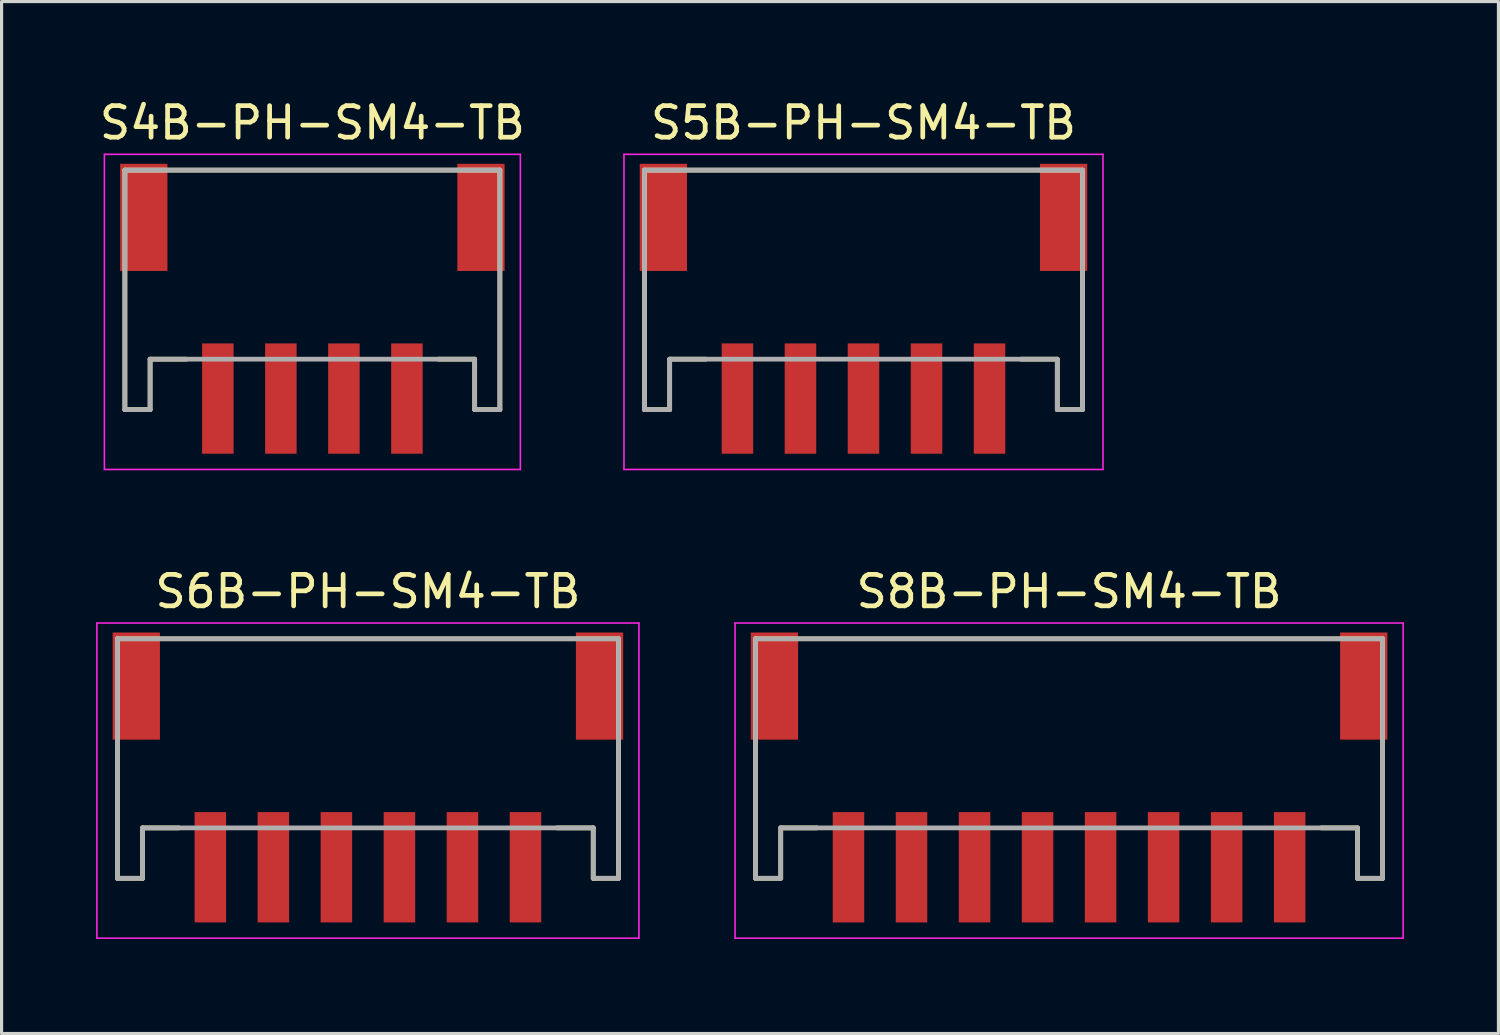
<source format=kicad_pcb>
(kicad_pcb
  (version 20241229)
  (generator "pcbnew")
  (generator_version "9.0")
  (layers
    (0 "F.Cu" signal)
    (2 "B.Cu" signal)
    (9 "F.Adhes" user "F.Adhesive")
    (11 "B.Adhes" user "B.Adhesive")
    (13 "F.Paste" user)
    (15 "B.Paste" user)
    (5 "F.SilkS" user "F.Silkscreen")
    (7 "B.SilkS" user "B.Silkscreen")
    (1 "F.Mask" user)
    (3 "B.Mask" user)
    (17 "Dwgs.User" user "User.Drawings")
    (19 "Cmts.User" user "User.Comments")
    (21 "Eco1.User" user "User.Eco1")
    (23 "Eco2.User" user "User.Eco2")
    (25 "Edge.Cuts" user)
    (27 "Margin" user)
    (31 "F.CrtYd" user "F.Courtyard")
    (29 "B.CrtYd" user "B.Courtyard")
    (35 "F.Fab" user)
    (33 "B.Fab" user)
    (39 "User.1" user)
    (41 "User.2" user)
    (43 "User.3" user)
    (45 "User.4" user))
  (footprint "S4B-PH-SM4-TB"
    (layer "F.Cu")
    (at 6.863 7.848)
    (property "Reference" "S4B-PH-SM4-TB" (at 0 -7 0) (layer "F.SilkS") (effects (font (size 1 1) (thickness 0.15))))
    (attr smd)
    (fp_line (start -5.95 -5.5) (end -5.95 2.1) (stroke (width 0.15) (type solid)) (layer "F.SilkS"))
    (fp_line (start -5.95 -5.5) (end 5.95 -5.5) (stroke (width 0.15) (type solid)) (layer "F.SilkS"))
    (fp_line (start -5.95 2.1) (end -5.15 2.1) (stroke (width 0.15) (type solid)) (layer "F.SilkS"))
    (fp_line (start -5.15 0.5) (end -5.15 2.1) (stroke (width 0.15) (type solid)) (layer "F.SilkS"))
    (fp_line (start -5.15 0.5) (end -4 0.5) (stroke (width 0.15) (type solid)) (layer "F.SilkS"))
    (fp_line (start 4 0.5) (end 5.15 0.5) (stroke (width 0.15) (type solid)) (layer "F.SilkS"))
    (fp_line (start 5.15 0.5) (end 5.15 2.1) (stroke (width 0.15) (type solid)) (layer "F.SilkS"))
    (fp_line (start 5.15 2.1) (end 5.95 2.1) (stroke (width 0.15) (type solid)) (layer "F.SilkS"))
    (fp_line (start 5.95 -5.5) (end 5.95 2.1) (stroke (width 0.15) (type solid)) (layer "F.SilkS"))
    (fp_line (start -6.6 -6) (end -6.6 4) (stroke (width 0.05) (type solid)) (layer "F.CrtYd"))
    (fp_line (start -6.6 -6) (end 6.6 -6) (stroke (width 0.05) (type solid)) (layer "F.CrtYd"))
    (fp_line (start -6.6 4) (end 6.6 4) (stroke (width 0.05) (type solid)) (layer "F.CrtYd"))
    (fp_line (start 6.6 -6) (end 6.6 4) (stroke (width 0.05) (type solid)) (layer "F.CrtYd"))
    (fp_line (start -5.95 -5.5) (end -5.95 2.1) (stroke (width 0.15) (type solid)) (layer "F.Fab"))
    (fp_line (start -5.95 -5.5) (end 5.95 -5.5) (stroke (width 0.15) (type solid)) (layer "F.Fab"))
    (fp_line (start -5.95 2.1) (end -5.15 2.1) (stroke (width 0.15) (type solid)) (layer "F.Fab"))
    (fp_line (start -5.15 0.5) (end -5.15 2.1) (stroke (width 0.15) (type solid)) (layer "F.Fab"))
    (fp_line (start -5.15 0.5) (end 5.15 0.5) (stroke (width 0.15) (type solid)) (layer "F.Fab"))
    (fp_line (start 5.15 0.5) (end 5.15 2.1) (stroke (width 0.15) (type solid)) (layer "F.Fab"))
    (fp_line (start 5.15 2.1) (end 5.95 2.1) (stroke (width 0.15) (type solid)) (layer "F.Fab"))
    (fp_line (start 5.95 -5.5) (end 5.95 2.1) (stroke (width 0.15) (type solid)) (layer "F.Fab"))
    (pad "1" smd rect (at 3 1.75 180) (size 1 3.5) (layers "F.Cu" "F.Mask" "F.Paste"))
    (pad "2" smd rect (at 1 1.75 180) (size 1 3.5) (layers "F.Cu" "F.Mask" "F.Paste"))
    (pad "3" smd rect (at -1 1.75 180) (size 1 3.5) (layers "F.Cu" "F.Mask" "F.Paste"))
    (pad "4" smd rect (at -3 1.75 180) (size 1 3.5) (layers "F.Cu" "F.Mask" "F.Paste"))
    (pad "S" smd rect (at -5.35 -4 180) (size 1.5 3.4) (layers "F.Cu" "F.Mask" "F.Paste"))
    (pad "S" smd rect (at 5.35 -4 180) (size 1.5 3.4) (layers "F.Cu" "F.Mask" "F.Paste")))
  (footprint "S5B-PH-SM4-TB"
    (layer "F.Cu")
    (at 24.351 7.848)
    (property "Reference" "S5B-PH-SM4-TB" (at 0 -7 0) (layer "F.SilkS") (effects (font (size 1 1) (thickness 0.15))))
    (attr smd)
    (fp_line (start -6.95 -5.5) (end -6.95 2.1) (stroke (width 0.15) (type solid)) (layer "F.SilkS"))
    (fp_line (start -6.95 -5.5) (end 6.95 -5.5) (stroke (width 0.15) (type solid)) (layer "F.SilkS"))
    (fp_line (start -6.95 2.1) (end -6.15 2.1) (stroke (width 0.15) (type solid)) (layer "F.SilkS"))
    (fp_line (start -6.15 0.5) (end -6.15 2.1) (stroke (width 0.15) (type solid)) (layer "F.SilkS"))
    (fp_line (start -6.15 0.5) (end -5 0.5) (stroke (width 0.15) (type solid)) (layer "F.SilkS"))
    (fp_line (start 5 0.5) (end 6.15 0.5) (stroke (width 0.15) (type solid)) (layer "F.SilkS"))
    (fp_line (start 6.15 0.5) (end 6.15 2.1) (stroke (width 0.15) (type solid)) (layer "F.SilkS"))
    (fp_line (start 6.15 2.1) (end 6.95 2.1) (stroke (width 0.15) (type solid)) (layer "F.SilkS"))
    (fp_line (start 6.95 -5.5) (end 6.95 2.1) (stroke (width 0.15) (type solid)) (layer "F.SilkS"))
    (fp_line (start -7.6 -6) (end -7.6 4) (stroke (width 0.05) (type solid)) (layer "F.CrtYd"))
    (fp_line (start -7.6 -6) (end 7.6 -6) (stroke (width 0.05) (type solid)) (layer "F.CrtYd"))
    (fp_line (start -7.6 4) (end 7.6 4) (stroke (width 0.05) (type solid)) (layer "F.CrtYd"))
    (fp_line (start 7.6 -6) (end 7.6 4) (stroke (width 0.05) (type solid)) (layer "F.CrtYd"))
    (fp_line (start -6.95 -5.5) (end -6.95 2.1) (stroke (width 0.15) (type solid)) (layer "F.Fab"))
    (fp_line (start -6.95 -5.5) (end 6.95 -5.5) (stroke (width 0.15) (type solid)) (layer "F.Fab"))
    (fp_line (start -6.95 2.1) (end -6.15 2.1) (stroke (width 0.15) (type solid)) (layer "F.Fab"))
    (fp_line (start -6.15 0.5) (end -6.15 2.1) (stroke (width 0.15) (type solid)) (layer "F.Fab"))
    (fp_line (start -6.15 0.5) (end 6.15 0.5) (stroke (width 0.15) (type solid)) (layer "F.Fab"))
    (fp_line (start 6.15 0.5) (end 6.15 2.1) (stroke (width 0.15) (type solid)) (layer "F.Fab"))
    (fp_line (start 6.15 2.1) (end 6.95 2.1) (stroke (width 0.15) (type solid)) (layer "F.Fab"))
    (fp_line (start 6.95 -5.5) (end 6.95 2.1) (stroke (width 0.15) (type solid)) (layer "F.Fab"))
    (pad "1" smd rect (at 4 1.75 180) (size 1 3.5) (layers "F.Cu" "F.Mask" "F.Paste"))
    (pad "2" smd rect (at 2 1.75 180) (size 1 3.5) (layers "F.Cu" "F.Mask" "F.Paste"))
    (pad "3" smd rect (at 0 1.75 180) (size 1 3.5) (layers "F.Cu" "F.Mask" "F.Paste"))
    (pad "4" smd rect (at -2 1.75 180) (size 1 3.5) (layers "F.Cu" "F.Mask" "F.Paste"))
    (pad "5" smd rect (at -4 1.75 180) (size 1 3.5) (layers "F.Cu" "F.Mask" "F.Paste"))
    (pad "S" smd rect (at -6.35 -4 180) (size 1.5 3.4) (layers "F.Cu" "F.Mask" "F.Paste"))
    (pad "S" smd rect (at 6.35 -4 180) (size 1.5 3.4) (layers "F.Cu" "F.Mask" "F.Paste")))
  (footprint "S8B-PH-SM4-TB"
    (layer "F.Cu")
    (at 30.875 22.721)
    (property "Reference" "S8B-PH-SM4-TB" (at 0 -7 0) (layer "F.SilkS") (effects (font (size 1 1) (thickness 0.15))))
    (attr smd)
    (fp_line (start -9.95 -5.5) (end -9.95 2.1) (stroke (width 0.15) (type solid)) (layer "F.SilkS"))
    (fp_line (start -9.95 -5.5) (end 9.95 -5.5) (stroke (width 0.15) (type solid)) (layer "F.SilkS"))
    (fp_line (start -9.95 2.1) (end -9.15 2.1) (stroke (width 0.15) (type solid)) (layer "F.SilkS"))
    (fp_line (start -9.15 0.5) (end -9.15 2.1) (stroke (width 0.15) (type solid)) (layer "F.SilkS"))
    (fp_line (start -9.15 0.5) (end -8 0.5) (stroke (width 0.15) (type solid)) (layer "F.SilkS"))
    (fp_line (start 8 0.5) (end 9.15 0.5) (stroke (width 0.15) (type solid)) (layer "F.SilkS"))
    (fp_line (start 9.15 0.5) (end 9.15 2.1) (stroke (width 0.15) (type solid)) (layer "F.SilkS"))
    (fp_line (start 9.15 2.1) (end 9.95 2.1) (stroke (width 0.15) (type solid)) (layer "F.SilkS"))
    (fp_line (start 9.95 -5.5) (end 9.95 2.1) (stroke (width 0.15) (type solid)) (layer "F.SilkS"))
    (fp_line (start -10.6 -6) (end -10.6 4) (stroke (width 0.05) (type solid)) (layer "F.CrtYd"))
    (fp_line (start -10.6 -6) (end 10.6 -6) (stroke (width 0.05) (type solid)) (layer "F.CrtYd"))
    (fp_line (start -10.6 4) (end 10.6 4) (stroke (width 0.05) (type solid)) (layer "F.CrtYd"))
    (fp_line (start 10.6 -6) (end 10.6 4) (stroke (width 0.05) (type solid)) (layer "F.CrtYd"))
    (fp_line (start -9.95 -5.5) (end -9.95 2.1) (stroke (width 0.15) (type solid)) (layer "F.Fab"))
    (fp_line (start -9.95 -5.5) (end 9.95 -5.5) (stroke (width 0.15) (type solid)) (layer "F.Fab"))
    (fp_line (start -9.95 2.1) (end -9.15 2.1) (stroke (width 0.15) (type solid)) (layer "F.Fab"))
    (fp_line (start -9.15 0.5) (end -9.15 2.1) (stroke (width 0.15) (type solid)) (layer "F.Fab"))
    (fp_line (start -9.15 0.5) (end 9.15 0.5) (stroke (width 0.15) (type solid)) (layer "F.Fab"))
    (fp_line (start 9.15 0.5) (end 9.15 2.1) (stroke (width 0.15) (type solid)) (layer "F.Fab"))
    (fp_line (start 9.15 2.1) (end 9.95 2.1) (stroke (width 0.15) (type solid)) (layer "F.Fab"))
    (fp_line (start 9.95 -5.5) (end 9.95 2.1) (stroke (width 0.15) (type solid)) (layer "F.Fab"))
    (pad "1" smd rect (at 7 1.75 180) (size 1 3.5) (layers "F.Cu" "F.Mask" "F.Paste"))
    (pad "2" smd rect (at 5 1.75 180) (size 1 3.5) (layers "F.Cu" "F.Mask" "F.Paste"))
    (pad "3" smd rect (at 3 1.75 180) (size 1 3.5) (layers "F.Cu" "F.Mask" "F.Paste"))
    (pad "4" smd rect (at 1 1.75 180) (size 1 3.5) (layers "F.Cu" "F.Mask" "F.Paste"))
    (pad "5" smd rect (at -1 1.75 180) (size 1 3.5) (layers "F.Cu" "F.Mask" "F.Paste"))
    (pad "6" smd rect (at -3 1.75 180) (size 1 3.5) (layers "F.Cu" "F.Mask" "F.Paste"))
    (pad "7" smd rect (at -5 1.75 180) (size 1 3.5) (layers "F.Cu" "F.Mask" "F.Paste"))
    (pad "8" smd rect (at -7 1.75 180) (size 1 3.5) (layers "F.Cu" "F.Mask" "F.Paste"))
    (pad "S" smd rect (at -9.35 -4 180) (size 1.5 3.4) (layers "F.Cu" "F.Mask" "F.Paste"))
    (pad "S" smd rect (at 9.35 -4 180) (size 1.5 3.4) (layers "F.Cu" "F.Mask" "F.Paste")))
  (footprint "S6B-PH-SM4-TB"
    (layer "F.Cu")
    (at 8.625 22.721)
    (property "Reference" "S6B-PH-SM4-TB" (at 0 -7 0) (layer "F.SilkS") (effects (font (size 1 1) (thickness 0.15))))
    (attr smd)
    (fp_line (start -7.95 -5.5) (end -7.95 2.1) (stroke (width 0.15) (type solid)) (layer "F.SilkS"))
    (fp_line (start -7.95 -5.5) (end 7.95 -5.5) (stroke (width 0.15) (type solid)) (layer "F.SilkS"))
    (fp_line (start -7.95 2.1) (end -7.15 2.1) (stroke (width 0.15) (type solid)) (layer "F.SilkS"))
    (fp_line (start -7.15 0.5) (end -7.15 2.1) (stroke (width 0.15) (type solid)) (layer "F.SilkS"))
    (fp_line (start -7.15 0.5) (end -6 0.5) (stroke (width 0.15) (type solid)) (layer "F.SilkS"))
    (fp_line (start 6 0.5) (end 7.15 0.5) (stroke (width 0.15) (type solid)) (layer "F.SilkS"))
    (fp_line (start 7.15 0.5) (end 7.15 2.1) (stroke (width 0.15) (type solid)) (layer "F.SilkS"))
    (fp_line (start 7.15 2.1) (end 7.95 2.1) (stroke (width 0.15) (type solid)) (layer "F.SilkS"))
    (fp_line (start 7.95 -5.5) (end 7.95 2.1) (stroke (width 0.15) (type solid)) (layer "F.SilkS"))
    (fp_line (start -8.6 -6) (end -8.6 4) (stroke (width 0.05) (type solid)) (layer "F.CrtYd"))
    (fp_line (start -8.6 -6) (end 8.6 -6) (stroke (width 0.05) (type solid)) (layer "F.CrtYd"))
    (fp_line (start -8.6 4) (end 8.6 4) (stroke (width 0.05) (type solid)) (layer "F.CrtYd"))
    (fp_line (start 8.6 -6) (end 8.6 4) (stroke (width 0.05) (type solid)) (layer "F.CrtYd"))
    (fp_line (start -7.95 -5.5) (end -7.95 2.1) (stroke (width 0.15) (type solid)) (layer "F.Fab"))
    (fp_line (start -7.95 -5.5) (end 7.95 -5.5) (stroke (width 0.15) (type solid)) (layer "F.Fab"))
    (fp_line (start -7.95 2.1) (end -7.15 2.1) (stroke (width 0.15) (type solid)) (layer "F.Fab"))
    (fp_line (start -7.15 0.5) (end -7.15 2.1) (stroke (width 0.15) (type solid)) (layer "F.Fab"))
    (fp_line (start -7.15 0.5) (end 7.15 0.5) (stroke (width 0.15) (type solid)) (layer "F.Fab"))
    (fp_line (start 7.15 0.5) (end 7.15 2.1) (stroke (width 0.15) (type solid)) (layer "F.Fab"))
    (fp_line (start 7.15 2.1) (end 7.95 2.1) (stroke (width 0.15) (type solid)) (layer "F.Fab"))
    (fp_line (start 7.95 -5.5) (end 7.95 2.1) (stroke (width 0.15) (type solid)) (layer "F.Fab"))
    (pad "1" smd rect (at 5 1.75 180) (size 1 3.5) (layers "F.Cu" "F.Mask" "F.Paste"))
    (pad "2" smd rect (at 3 1.75 180) (size 1 3.5) (layers "F.Cu" "F.Mask" "F.Paste"))
    (pad "3" smd rect (at 1 1.75 180) (size 1 3.5) (layers "F.Cu" "F.Mask" "F.Paste"))
    (pad "4" smd rect (at -1 1.75 180) (size 1 3.5) (layers "F.Cu" "F.Mask" "F.Paste"))
    (pad "5" smd rect (at -3 1.75 180) (size 1 3.5) (layers "F.Cu" "F.Mask" "F.Paste"))
    (pad "6" smd rect (at -5 1.75 180) (size 1 3.5) (layers "F.Cu" "F.Mask" "F.Paste"))
    (pad "S" smd rect (at -7.35 -4 180) (size 1.5 3.4) (layers "F.Cu" "F.Mask" "F.Paste"))
    (pad "S" smd rect (at 7.35 -4 180) (size 1.5 3.4) (layers "F.Cu" "F.Mask" "F.Paste")))
  (gr_rect
    (start -3 -3)
    (end 44.5 29.747)
    (stroke (width 0.1) (type default))
    (fill no)
    (layer "Edge.Cuts")))
</source>
